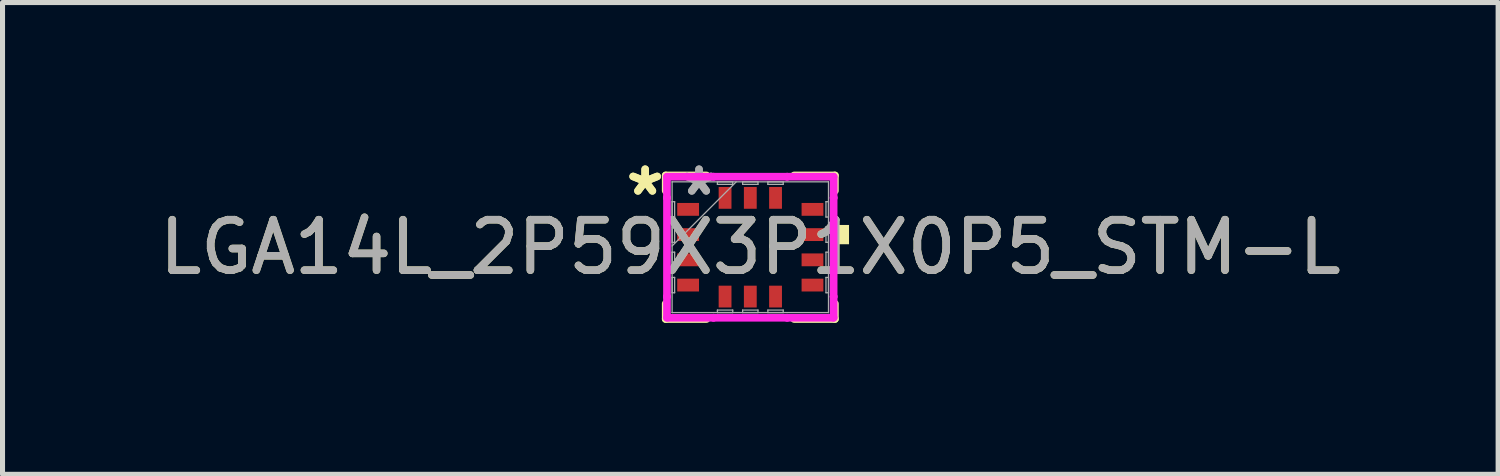
<source format=kicad_pcb>
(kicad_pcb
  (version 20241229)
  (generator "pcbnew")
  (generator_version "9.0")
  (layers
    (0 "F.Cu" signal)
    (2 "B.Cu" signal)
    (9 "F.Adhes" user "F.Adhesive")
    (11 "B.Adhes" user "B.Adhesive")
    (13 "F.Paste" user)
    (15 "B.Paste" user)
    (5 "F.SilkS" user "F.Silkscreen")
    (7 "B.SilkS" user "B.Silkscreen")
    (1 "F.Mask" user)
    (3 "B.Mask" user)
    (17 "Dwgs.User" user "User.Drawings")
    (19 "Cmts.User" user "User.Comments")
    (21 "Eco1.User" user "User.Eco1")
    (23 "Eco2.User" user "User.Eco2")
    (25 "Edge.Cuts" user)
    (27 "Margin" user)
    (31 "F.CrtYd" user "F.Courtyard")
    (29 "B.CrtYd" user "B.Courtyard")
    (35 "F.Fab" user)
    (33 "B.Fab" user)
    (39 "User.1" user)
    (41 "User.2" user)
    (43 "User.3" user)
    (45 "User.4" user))
  (footprint "LGA14L_2P59X3P1X0P5_STM-L"
    (layer "F.Cu")
    (at 11.815 1.848)
    (property "Reference" "LGA14L_2P59X3P1X0P5_STM-L" (at 0 0 0) (unlocked yes) (layer "F.SilkS") (effects (font (size 1 1) (thickness 0.15))))
    (attr smd)
    (fp_line (start -1.676 -1.422) (end -1.676 -1.119) (stroke (width 0.152) (type solid)) (layer "F.SilkS"))
    (fp_line (start -1.676 1.119) (end -1.676 1.422) (stroke (width 0.152) (type solid)) (layer "F.SilkS"))
    (fp_line (start -1.676 1.422) (end -0.869 1.422) (stroke (width 0.152) (type solid)) (layer "F.SilkS"))
    (fp_line (start -0.869 -1.422) (end -1.676 -1.422) (stroke (width 0.152) (type solid)) (layer "F.SilkS"))
    (fp_line (start 0.869 1.422) (end 1.676 1.422) (stroke (width 0.152) (type solid)) (layer "F.SilkS"))
    (fp_line (start 1.676 -1.422) (end 0.869 -1.422) (stroke (width 0.152) (type solid)) (layer "F.SilkS"))
    (fp_line (start 1.676 -1.119) (end 1.676 -1.422) (stroke (width 0.152) (type solid)) (layer "F.SilkS"))
    (fp_line (start 1.676 1.422) (end 1.676 1.119) (stroke (width 0.152) (type solid)) (layer "F.SilkS"))
    (fp_poly (pts (xy 1.956 -0.441) (xy 1.956 -0.059) (xy 1.702 -0.059) (xy 1.702 -0.441)) (stroke (width 0) (type solid)) (fill yes) (layer "F.SilkS"))
    (fp_line (start -1.651 -1.397) (end -0.729 -1.397) (stroke (width 0.152) (type solid)) (layer "F.CrtYd"))
    (fp_line (start -1.651 -0.979) (end -1.651 -1.397) (stroke (width 0.152) (type solid)) (layer "F.CrtYd"))
    (fp_line (start -1.651 -0.979) (end -1.651 -0.979) (stroke (width 0.152) (type solid)) (layer "F.CrtYd"))
    (fp_line (start -1.651 0.979) (end -1.651 -0.979) (stroke (width 0.152) (type solid)) (layer "F.CrtYd"))
    (fp_line (start -1.651 0.979) (end -1.651 0.979) (stroke (width 0.152) (type solid)) (layer "F.CrtYd"))
    (fp_line (start -1.651 1.397) (end -1.651 0.979) (stroke (width 0.152) (type solid)) (layer "F.CrtYd"))
    (fp_line (start -0.729 -1.397) (end -0.729 -1.397) (stroke (width 0.152) (type solid)) (layer "F.CrtYd"))
    (fp_line (start -0.729 -1.397) (end 0.729 -1.397) (stroke (width 0.152) (type solid)) (layer "F.CrtYd"))
    (fp_line (start -0.729 1.397) (end -1.651 1.397) (stroke (width 0.152) (type solid)) (layer "F.CrtYd"))
    (fp_line (start -0.729 1.397) (end -0.729 1.397) (stroke (width 0.152) (type solid)) (layer "F.CrtYd"))
    (fp_line (start 0.729 -1.397) (end 0.729 -1.397) (stroke (width 0.152) (type solid)) (layer "F.CrtYd"))
    (fp_line (start 0.729 -1.397) (end 1.651 -1.397) (stroke (width 0.152) (type solid)) (layer "F.CrtYd"))
    (fp_line (start 0.729 1.397) (end -0.729 1.397) (stroke (width 0.152) (type solid)) (layer "F.CrtYd"))
    (fp_line (start 0.729 1.397) (end 0.729 1.397) (stroke (width 0.152) (type solid)) (layer "F.CrtYd"))
    (fp_line (start 1.651 -1.397) (end 1.651 -0.979) (stroke (width 0.152) (type solid)) (layer "F.CrtYd"))
    (fp_line (start 1.651 -0.979) (end 1.651 -0.979) (stroke (width 0.152) (type solid)) (layer "F.CrtYd"))
    (fp_line (start 1.651 -0.979) (end 1.651 0.979) (stroke (width 0.152) (type solid)) (layer "F.CrtYd"))
    (fp_line (start 1.651 0.979) (end 1.651 0.979) (stroke (width 0.152) (type solid)) (layer "F.CrtYd"))
    (fp_line (start 1.651 0.979) (end 1.651 1.397) (stroke (width 0.152) (type solid)) (layer "F.CrtYd"))
    (fp_line (start 1.651 1.397) (end 0.729 1.397) (stroke (width 0.152) (type solid)) (layer "F.CrtYd"))
    (fp_line (start -1.549 -1.295) (end -1.549 -1.295) (stroke (width 0.025) (type solid)) (layer "F.Fab"))
    (fp_line (start -1.549 -1.295) (end -1.549 1.295) (stroke (width 0.025) (type solid)) (layer "F.Fab"))
    (fp_line (start -1.549 -0.902) (end -1.499 -0.902) (stroke (width 0.025) (type solid)) (layer "F.Fab"))
    (fp_line (start -1.549 -0.598) (end -1.549 -0.902) (stroke (width 0.025) (type solid)) (layer "F.Fab"))
    (fp_line (start -1.549 -0.402) (end -1.499 -0.402) (stroke (width 0.025) (type solid)) (layer "F.Fab"))
    (fp_line (start -1.549 -0.098) (end -1.549 -0.402) (stroke (width 0.025) (type solid)) (layer "F.Fab"))
    (fp_line (start -1.549 -0.025) (end -0.279 -1.295) (stroke (width 0.025) (type solid)) (layer "F.Fab"))
    (fp_line (start -1.549 0.098) (end -1.499 0.098) (stroke (width 0.025) (type solid)) (layer "F.Fab"))
    (fp_line (start -1.549 0.402) (end -1.549 0.098) (stroke (width 0.025) (type solid)) (layer "F.Fab"))
    (fp_line (start -1.549 0.598) (end -1.499 0.598) (stroke (width 0.025) (type solid)) (layer "F.Fab"))
    (fp_line (start -1.549 0.902) (end -1.549 0.598) (stroke (width 0.025) (type solid)) (layer "F.Fab"))
    (fp_line (start -1.549 1.295) (end -1.549 1.295) (stroke (width 0.025) (type solid)) (layer "F.Fab"))
    (fp_line (start -1.549 1.295) (end 1.549 1.295) (stroke (width 0.025) (type solid)) (layer "F.Fab"))
    (fp_line (start -1.499 -0.902) (end -1.499 -0.598) (stroke (width 0.025) (type solid)) (layer "F.Fab"))
    (fp_line (start -1.499 -0.598) (end -1.549 -0.598) (stroke (width 0.025) (type solid)) (layer "F.Fab"))
    (fp_line (start -1.499 -0.402) (end -1.499 -0.098) (stroke (width 0.025) (type solid)) (layer "F.Fab"))
    (fp_line (start -1.499 -0.098) (end -1.549 -0.098) (stroke (width 0.025) (type solid)) (layer "F.Fab"))
    (fp_line (start -1.499 0.098) (end -1.499 0.402) (stroke (width 0.025) (type solid)) (layer "F.Fab"))
    (fp_line (start -1.499 0.402) (end -1.549 0.402) (stroke (width 0.025) (type solid)) (layer "F.Fab"))
    (fp_line (start -1.499 0.598) (end -1.499 0.902) (stroke (width 0.025) (type solid)) (layer "F.Fab"))
    (fp_line (start -1.499 0.902) (end -1.549 0.902) (stroke (width 0.025) (type solid)) (layer "F.Fab"))
    (fp_line (start -0.652 -1.295) (end -0.348 -1.295) (stroke (width 0.025) (type solid)) (layer "F.Fab"))
    (fp_line (start -0.652 -1.245) (end -0.652 -1.295) (stroke (width 0.025) (type solid)) (layer "F.Fab"))
    (fp_line (start -0.652 1.245) (end -0.348 1.245) (stroke (width 0.025) (type solid)) (layer "F.Fab"))
    (fp_line (start -0.652 1.295) (end -0.652 1.245) (stroke (width 0.025) (type solid)) (layer "F.Fab"))
    (fp_line (start -0.348 -1.295) (end -0.348 -1.245) (stroke (width 0.025) (type solid)) (layer "F.Fab"))
    (fp_line (start -0.348 -1.245) (end -0.652 -1.245) (stroke (width 0.025) (type solid)) (layer "F.Fab"))
    (fp_line (start -0.348 1.245) (end -0.348 1.295) (stroke (width 0.025) (type solid)) (layer "F.Fab"))
    (fp_line (start -0.348 1.295) (end -0.652 1.295) (stroke (width 0.025) (type solid)) (layer "F.Fab"))
    (fp_line (start -0.152 -1.295) (end 0.152 -1.295) (stroke (width 0.025) (type solid)) (layer "F.Fab"))
    (fp_line (start -0.152 -1.245) (end -0.152 -1.295) (stroke (width 0.025) (type solid)) (layer "F.Fab"))
    (fp_line (start -0.152 1.245) (end 0.152 1.245) (stroke (width 0.025) (type solid)) (layer "F.Fab"))
    (fp_line (start -0.152 1.295) (end -0.152 1.245) (stroke (width 0.025) (type solid)) (layer "F.Fab"))
    (fp_line (start 0.152 -1.295) (end 0.152 -1.245) (stroke (width 0.025) (type solid)) (layer "F.Fab"))
    (fp_line (start 0.152 -1.245) (end -0.152 -1.245) (stroke (width 0.025) (type solid)) (layer "F.Fab"))
    (fp_line (start 0.152 1.245) (end 0.152 1.295) (stroke (width 0.025) (type solid)) (layer "F.Fab"))
    (fp_line (start 0.152 1.295) (end -0.152 1.295) (stroke (width 0.025) (type solid)) (layer "F.Fab"))
    (fp_line (start 0.348 -1.295) (end 0.652 -1.295) (stroke (width 0.025) (type solid)) (layer "F.Fab"))
    (fp_line (start 0.348 -1.245) (end 0.348 -1.295) (stroke (width 0.025) (type solid)) (layer "F.Fab"))
    (fp_line (start 0.348 1.245) (end 0.652 1.245) (stroke (width 0.025) (type solid)) (layer "F.Fab"))
    (fp_line (start 0.348 1.295) (end 0.348 1.245) (stroke (width 0.025) (type solid)) (layer "F.Fab"))
    (fp_line (start 0.652 -1.295) (end 0.652 -1.245) (stroke (width 0.025) (type solid)) (layer "F.Fab"))
    (fp_line (start 0.652 -1.245) (end 0.348 -1.245) (stroke (width 0.025) (type solid)) (layer "F.Fab"))
    (fp_line (start 0.652 1.245) (end 0.652 1.295) (stroke (width 0.025) (type solid)) (layer "F.Fab"))
    (fp_line (start 0.652 1.295) (end 0.348 1.295) (stroke (width 0.025) (type solid)) (layer "F.Fab"))
    (fp_line (start 1.499 -0.902) (end 1.549 -0.902) (stroke (width 0.025) (type solid)) (layer "F.Fab"))
    (fp_line (start 1.499 -0.598) (end 1.499 -0.902) (stroke (width 0.025) (type solid)) (layer "F.Fab"))
    (fp_line (start 1.499 -0.402) (end 1.549 -0.402) (stroke (width 0.025) (type solid)) (layer "F.Fab"))
    (fp_line (start 1.499 -0.098) (end 1.499 -0.402) (stroke (width 0.025) (type solid)) (layer "F.Fab"))
    (fp_line (start 1.499 0.098) (end 1.549 0.098) (stroke (width 0.025) (type solid)) (layer "F.Fab"))
    (fp_line (start 1.499 0.402) (end 1.499 0.098) (stroke (width 0.025) (type solid)) (layer "F.Fab"))
    (fp_line (start 1.499 0.598) (end 1.549 0.598) (stroke (width 0.025) (type solid)) (layer "F.Fab"))
    (fp_line (start 1.499 0.902) (end 1.499 0.598) (stroke (width 0.025) (type solid)) (layer "F.Fab"))
    (fp_line (start 1.549 -1.295) (end -1.549 -1.295) (stroke (width 0.025) (type solid)) (layer "F.Fab"))
    (fp_line (start 1.549 -1.295) (end 1.549 -1.295) (stroke (width 0.025) (type solid)) (layer "F.Fab"))
    (fp_line (start 1.549 -0.902) (end 1.549 -0.598) (stroke (width 0.025) (type solid)) (layer "F.Fab"))
    (fp_line (start 1.549 -0.598) (end 1.499 -0.598) (stroke (width 0.025) (type solid)) (layer "F.Fab"))
    (fp_line (start 1.549 -0.402) (end 1.549 -0.098) (stroke (width 0.025) (type solid)) (layer "F.Fab"))
    (fp_line (start 1.549 -0.098) (end 1.499 -0.098) (stroke (width 0.025) (type solid)) (layer "F.Fab"))
    (fp_line (start 1.549 0.098) (end 1.549 0.402) (stroke (width 0.025) (type solid)) (layer "F.Fab"))
    (fp_line (start 1.549 0.402) (end 1.499 0.402) (stroke (width 0.025) (type solid)) (layer "F.Fab"))
    (fp_line (start 1.549 0.598) (end 1.549 0.902) (stroke (width 0.025) (type solid)) (layer "F.Fab"))
    (fp_line (start 1.549 0.902) (end 1.499 0.902) (stroke (width 0.025) (type solid)) (layer "F.Fab"))
    (fp_line (start 1.549 1.295) (end 1.549 -1.295) (stroke (width 0.025) (type solid)) (layer "F.Fab"))
    (fp_line (start 1.549 1.295) (end 1.549 1.295) (stroke (width 0.025) (type solid)) (layer "F.Fab"))
    (fp_text user "*" (at -2.083 -1 0) (layer "F.SilkS") (effects (font (size 1 1) (thickness 0.15))))
    (fp_text user "*" (at -2.083 -1 0) (unlocked yes) (layer "F.SilkS") (effects (font (size 1 1) (thickness 0.15))))
    (fp_text user "${REFERENCE}" (at 0 0 0) (unlocked yes) (layer "F.Fab") (effects (font (size 1 1) (thickness 0.15))))
    (fp_text user "*" (at -1.016 -1 0) (unlocked yes) (layer "F.Fab") (effects (font (size 1 1) (thickness 0.15))))
    (fp_text user "*" (at -1.016 -1 0) (layer "F.Fab") (effects (font (size 1 1) (thickness 0.15))))
    (pad "1" smd rect (at -1.232 -0.75 90) (size 0.254 0.432) (layers "F.Cu" "F.Mask" "F.Paste"))
    (pad "2" smd rect (at -1.232 -0.25 90) (size 0.254 0.432) (layers "F.Cu" "F.Mask" "F.Paste"))
    (pad "3" smd rect (at -1.232 0.25 90) (size 0.254 0.432) (layers "F.Cu" "F.Mask" "F.Paste"))
    (pad "4" smd rect (at -1.232 0.75 90) (size 0.254 0.432) (layers "F.Cu" "F.Mask" "F.Paste"))
    (pad "5" smd rect (at -0.5 0.978) (size 0.254 0.432) (layers "F.Cu" "F.Mask" "F.Paste"))
    (pad "6" smd rect (at 0 0.978) (size 0.254 0.432) (layers "F.Cu" "F.Mask" "F.Paste"))
    (pad "7" smd rect (at 0.5 0.978) (size 0.254 0.432) (layers "F.Cu" "F.Mask" "F.Paste"))
    (pad "8" smd rect (at 1.232 0.75 90) (size 0.254 0.432) (layers "F.Cu" "F.Mask" "F.Paste"))
    (pad "9" smd rect (at 1.232 0.25 90) (size 0.254 0.432) (layers "F.Cu" "F.Mask" "F.Paste"))
    (pad "10" smd rect (at 1.232 -0.25 90) (size 0.254 0.432) (layers "F.Cu" "F.Mask" "F.Paste"))
    (pad "11" smd rect (at 1.232 -0.75 90) (size 0.254 0.432) (layers "F.Cu" "F.Mask" "F.Paste"))
    (pad "12" smd rect (at 0.5 -0.978) (size 0.254 0.432) (layers "F.Cu" "F.Mask" "F.Paste"))
    (pad "13" smd rect (at 0 -0.978) (size 0.254 0.432) (layers "F.Cu" "F.Mask" "F.Paste"))
    (pad "14" smd rect (at -0.5 -0.978) (size 0.254 0.432) (layers "F.Cu" "F.Mask" "F.Paste")))
  (gr_rect
    (start -3 -3)
    (end 26.631 6.347)
    (stroke (width 0.1) (type default))
    (fill no)
    (layer "Edge.Cuts")))
</source>
